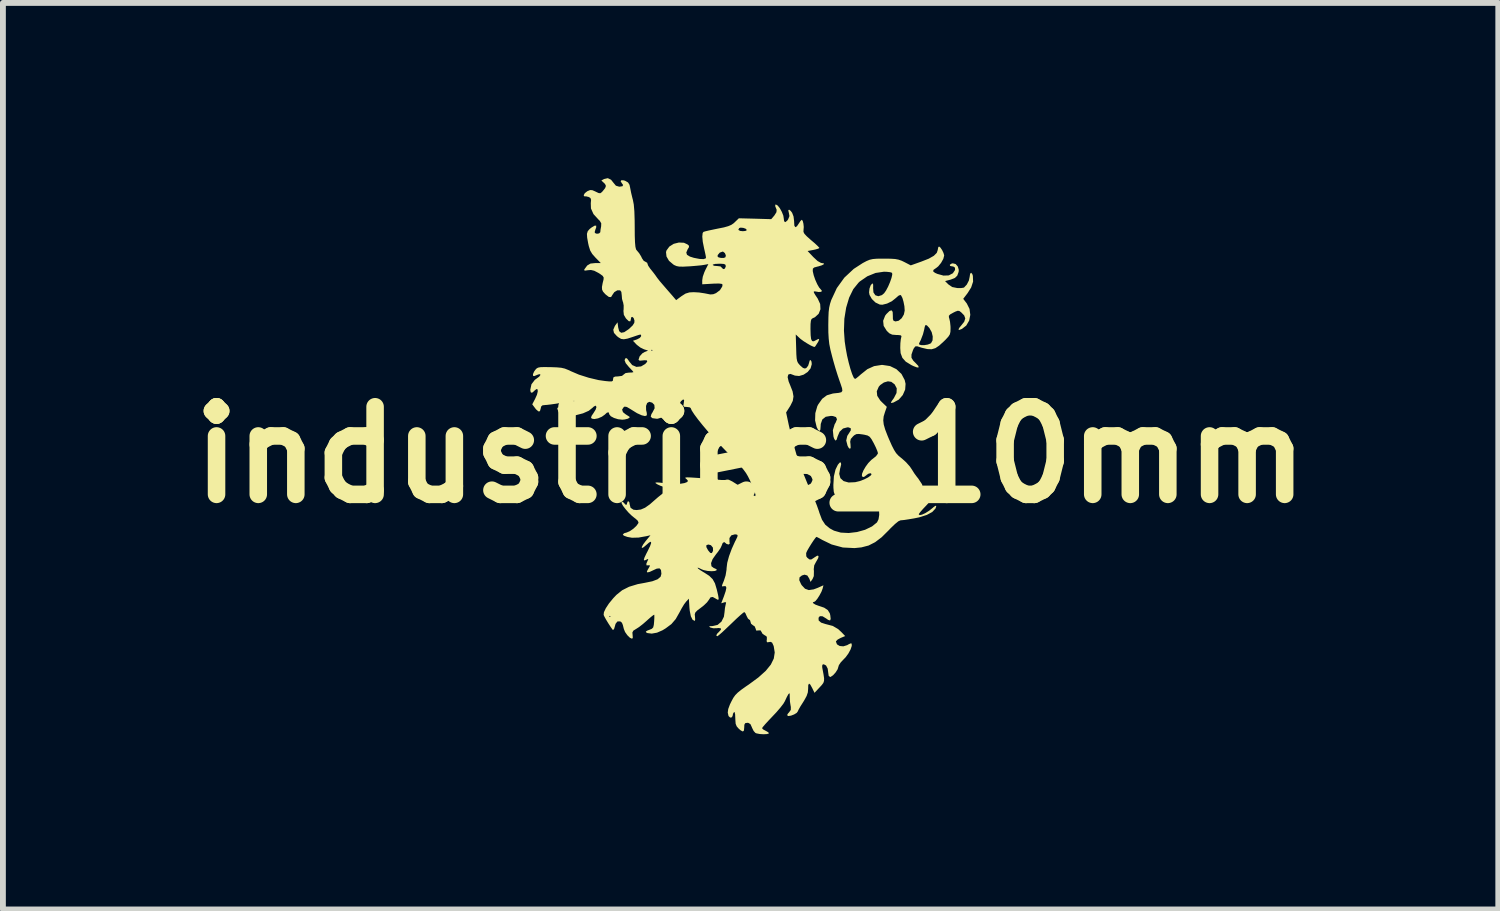
<source format=kicad_pcb>
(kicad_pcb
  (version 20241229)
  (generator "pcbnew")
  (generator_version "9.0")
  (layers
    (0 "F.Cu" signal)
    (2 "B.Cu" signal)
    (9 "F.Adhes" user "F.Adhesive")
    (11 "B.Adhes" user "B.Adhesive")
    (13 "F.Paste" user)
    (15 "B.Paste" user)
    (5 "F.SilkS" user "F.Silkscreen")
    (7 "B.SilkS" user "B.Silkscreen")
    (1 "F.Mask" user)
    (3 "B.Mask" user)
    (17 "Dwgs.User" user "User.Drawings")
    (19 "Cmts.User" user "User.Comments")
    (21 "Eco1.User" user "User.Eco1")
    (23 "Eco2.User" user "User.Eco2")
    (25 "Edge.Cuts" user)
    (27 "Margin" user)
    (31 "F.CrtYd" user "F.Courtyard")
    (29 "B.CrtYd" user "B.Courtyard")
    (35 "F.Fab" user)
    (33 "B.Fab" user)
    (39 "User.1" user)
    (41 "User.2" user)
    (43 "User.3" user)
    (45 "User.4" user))
  (footprint "industries_10mm"
    (layer "F.Cu")
    (at 9.8 4.735)
    (property "Reference" "industries_10mm" (at 0 0 0) (layer "F.SilkS") (effects (font (size 1.5 1.5) (thickness 0.3))))
    (attr board_only exclude_from_pos_files exclude_from_bom)
    (fp_poly (pts (xy -2.389 -4.708) (xy -2.347 -4.655) (xy -2.306 -4.606) (xy -2.253 -4.59) (xy -2.244 -4.589) (xy -2.193 -4.597) (xy -2.183 -4.619) (xy -2.205 -4.649) (xy -2.225 -4.683) (xy -2.211 -4.7) (xy -2.169 -4.697) (xy -2.144 -4.688) (xy -2.098 -4.661) (xy -2.073 -4.621) (xy -2.061 -4.564) (xy -2.045 -4.483) (xy -2.023 -4.392) (xy -2.015 -4.362) (xy -2 -4.284) (xy -1.99 -4.168) (xy -1.985 -4.013) (xy -1.984 -3.897) (xy -1.983 -3.747) (xy -1.979 -3.636) (xy -1.972 -3.561) (xy -1.962 -3.519) (xy -1.957 -3.509) (xy -1.907 -3.449) (xy -1.874 -3.395) (xy -1.859 -3.363) (xy -1.83 -3.32) (xy -1.799 -3.303) (xy -1.77 -3.286) (xy -1.766 -3.271) (xy -1.753 -3.236) (xy -1.719 -3.186) (xy -1.704 -3.168) (xy -1.661 -3.114) (xy -1.628 -3.07) (xy -1.622 -3.061) (xy -1.598 -3.027) (xy -1.555 -2.972) (xy -1.501 -2.909) (xy -1.5 -2.908) (xy -1.438 -2.836) (xy -1.377 -2.766) (xy -1.336 -2.719) (xy -1.275 -2.647) (xy -1.183 -2.715) (xy -1.114 -2.759) (xy -1.048 -2.779) (xy -0.976 -2.783) (xy -0.884 -2.778) (xy -0.791 -2.764) (xy -0.76 -2.758) (xy -0.69 -2.744) (xy -0.639 -2.748) (xy -0.592 -2.767) (xy -0.525 -2.817) (xy -0.486 -2.879) (xy -0.48 -2.912) (xy -0.494 -2.925) (xy -0.539 -2.931) (xy -0.622 -2.93) (xy -0.654 -2.928) (xy -0.828 -2.918) (xy -0.828 -2.987) (xy -0.819 -3.047) (xy -0.793 -3.122) (xy -0.776 -3.16) (xy -0.731 -3.249) (xy -0.649 -3.249) (xy -0.626 -3.235) (xy -0.577 -3.231) (xy -0.574 -3.231) (xy -0.515 -3.224) (xy -0.493 -3.202) (xy -0.469 -3.178) (xy -0.441 -3.186) (xy -0.426 -3.221) (xy -0.425 -3.229) (xy -0.431 -3.253) (xy -0.456 -3.266) (xy -0.51 -3.27) (xy -0.54 -3.27) (xy -0.605 -3.267) (xy -0.643 -3.257) (xy -0.649 -3.249) (xy -0.731 -3.249) (xy -0.723 -3.264) (xy -0.792 -3.251) (xy -0.845 -3.243) (xy -0.928 -3.235) (xy -1.023 -3.227) (xy -1.057 -3.225) (xy -1.155 -3.22) (xy -1.222 -3.221) (xy -1.268 -3.23) (xy -1.307 -3.247) (xy -1.323 -3.257) (xy -1.397 -3.32) (xy -1.44 -3.394) (xy -1.448 -3.469) (xy -1.44 -3.497) (xy -1.391 -3.564) (xy -1.316 -3.611) (xy -1.228 -3.633) (xy -1.141 -3.629) (xy -1.081 -3.601) (xy -1.055 -3.578) (xy -1.055 -3.554) (xy -1.079 -3.514) (xy -1.101 -3.462) (xy -1.089 -3.423) (xy -1.038 -3.392) (xy -0.971 -3.371) (xy -0.874 -3.352) (xy -0.805 -3.349) (xy -0.768 -3.362) (xy -0.764 -3.374) (xy -0.767 -3.397) (xy -0.567 -3.397) (xy -0.549 -3.379) (xy -0.506 -3.369) (xy -0.46 -3.369) (xy -0.431 -3.381) (xy -0.424 -3.413) (xy -0.44 -3.452) (xy -0.47 -3.476) (xy -0.478 -3.478) (xy -0.528 -3.46) (xy -0.562 -3.42) (xy -0.567 -3.397) (xy -0.767 -3.397) (xy -0.769 -3.409) (xy -0.782 -3.471) (xy -0.796 -3.532) (xy -0.819 -3.646) (xy -0.827 -3.735) (xy -0.821 -3.795) (xy -0.807 -3.815) (xy -0.778 -3.824) (xy -0.716 -3.839) (xy -0.64 -3.855) (xy -0.209 -3.855) (xy -0.206 -3.847) (xy -0.179 -3.832) (xy -0.134 -3.827) (xy -0.09 -3.831) (xy -0.066 -3.844) (xy -0.065 -3.848) (xy -0.084 -3.869) (xy -0.126 -3.884) (xy -0.172 -3.888) (xy -0.195 -3.881) (xy -0.209 -3.855) (xy -0.64 -3.855) (xy -0.631 -3.857) (xy -0.563 -3.871) (xy -0.457 -3.892) (xy -0.383 -3.913) (xy -0.331 -3.935) (xy -0.29 -3.963) (xy -0.271 -3.981) (xy -0.201 -4.048) (xy 0.076 -4.041) (xy 0.353 -4.033) (xy 0.407 -4.096) (xy 0.442 -4.152) (xy 0.446 -4.194) (xy 0.427 -4.241) (xy 0.421 -4.257) (xy 0.424 -4.281) (xy 0.433 -4.284) (xy 0.464 -4.266) (xy 0.501 -4.219) (xy 0.535 -4.157) (xy 0.56 -4.094) (xy 0.567 -4.05) (xy 0.574 -3.996) (xy 0.596 -3.982) (xy 0.629 -4.01) (xy 0.643 -4.031) (xy 0.665 -4.086) (xy 0.655 -4.14) (xy 0.645 -4.184) (xy 0.658 -4.196) (xy 0.687 -4.174) (xy 0.711 -4.142) (xy 0.735 -4.079) (xy 0.745 -3.998) (xy 0.745 -3.989) (xy 0.749 -3.922) (xy 0.766 -3.895) (xy 0.793 -3.911) (xy 0.824 -3.957) (xy 0.853 -4.001) (xy 0.874 -4.022) (xy 0.876 -4.022) (xy 0.892 -4.004) (xy 0.904 -3.957) (xy 0.91 -3.9) (xy 0.906 -3.848) (xy 0.906 -3.846) (xy 0.905 -3.815) (xy 0.921 -3.783) (xy 0.96 -3.741) (xy 1.027 -3.681) (xy 1.035 -3.674) (xy 1.1 -3.619) (xy 1.149 -3.573) (xy 1.175 -3.545) (xy 1.177 -3.54) (xy 1.158 -3.528) (xy 1.109 -3.514) (xy 1.077 -3.507) (xy 0.976 -3.488) (xy 1.073 -3.385) (xy 1.147 -3.316) (xy 1.205 -3.284) (xy 1.221 -3.281) (xy 1.255 -3.276) (xy 1.253 -3.261) (xy 1.22 -3.243) (xy 1.162 -3.225) (xy 1.144 -3.221) (xy 1.089 -3.206) (xy 1.066 -3.186) (xy 1.064 -3.149) (xy 1.065 -3.139) (xy 1.08 -3.073) (xy 1.107 -2.995) (xy 1.141 -2.919) (xy 1.174 -2.862) (xy 1.191 -2.843) (xy 1.22 -2.808) (xy 1.21 -2.789) (xy 1.163 -2.786) (xy 1.142 -2.79) (xy 1.1 -2.797) (xy 1.081 -2.794) (xy 1.084 -2.775) (xy 1.11 -2.731) (xy 1.149 -2.673) (xy 1.191 -2.581) (xy 1.196 -2.491) (xy 1.165 -2.413) (xy 1.101 -2.354) (xy 1.063 -2.337) (xy 1.043 -2.323) (xy 1.032 -2.293) (xy 1.026 -2.237) (xy 1.025 -2.154) (xy 1.028 -2.047) (xy 1.036 -1.98) (xy 1.053 -1.946) (xy 1.081 -1.942) (xy 1.12 -1.962) (xy 1.162 -1.983) (xy 1.174 -1.973) (xy 1.157 -1.933) (xy 1.112 -1.863) (xy 1.099 -1.846) (xy 1.077 -1.849) (xy 1.03 -1.87) (xy 0.971 -1.904) (xy 0.909 -1.943) (xy 0.857 -1.981) (xy 0.839 -1.997) (xy 0.773 -2.059) (xy 0.78 -1.825) (xy 0.783 -1.721) (xy 0.788 -1.651) (xy 0.797 -1.604) (xy 0.812 -1.571) (xy 0.836 -1.542) (xy 0.851 -1.526) (xy 0.897 -1.486) (xy 0.93 -1.476) (xy 0.954 -1.485) (xy 0.985 -1.524) (xy 0.999 -1.567) (xy 1.012 -1.614) (xy 1.029 -1.621) (xy 1.043 -1.592) (xy 1.047 -1.55) (xy 1.027 -1.479) (xy 0.977 -1.417) (xy 0.908 -1.371) (xy 0.831 -1.348) (xy 0.758 -1.355) (xy 0.744 -1.361) (xy 0.681 -1.384) (xy 0.645 -1.373) (xy 0.634 -1.329) (xy 0.651 -1.255) (xy 0.677 -1.191) (xy 0.719 -1.084) (xy 0.734 -0.998) (xy 0.722 -0.922) (xy 0.683 -0.843) (xy 0.676 -0.831) (xy 0.608 -0.724) (xy 0.654 -0.507) (xy 0.717 -0.241) (xy 0.787 0.004) (xy 0.871 0.243) (xy 0.973 0.493) (xy 1.044 0.649) (xy 1.09 0.755) (xy 1.135 0.869) (xy 1.171 0.971) (xy 1.178 0.995) (xy 1.222 1.112) (xy 1.278 1.197) (xy 1.356 1.261) (xy 1.428 1.3) (xy 1.544 1.333) (xy 1.68 1.34) (xy 1.822 1.323) (xy 1.959 1.285) (xy 2.079 1.227) (xy 2.164 1.158) (xy 2.19 1.105) (xy 2.202 1.03) (xy 2.199 0.953) (xy 2.18 0.891) (xy 2.168 0.874) (xy 2.125 0.837) (xy 2.079 0.812) (xy 2.019 0.796) (xy 1.937 0.788) (xy 1.824 0.785) (xy 1.781 0.785) (xy 1.671 0.785) (xy 1.596 0.782) (xy 1.547 0.777) (xy 1.515 0.766) (xy 1.491 0.747) (xy 1.47 0.724) (xy 1.44 0.682) (xy 1.424 0.635) (xy 1.418 0.567) (xy 1.417 0.516) (xy 1.426 0.368) (xy 1.454 0.252) (xy 1.494 0.171) (xy 1.526 0.133) (xy 1.546 0.133) (xy 1.55 0.166) (xy 1.535 0.229) (xy 1.533 0.233) (xy 1.517 0.327) (xy 1.537 0.401) (xy 1.592 0.451) (xy 1.677 0.475) (xy 1.79 0.47) (xy 1.794 0.469) (xy 1.869 0.451) (xy 1.945 0.422) (xy 2.012 0.388) (xy 2.057 0.355) (xy 2.071 0.332) (xy 2.056 0.317) (xy 2.023 0.322) (xy 1.988 0.344) (xy 1.984 0.349) (xy 1.946 0.377) (xy 1.925 0.382) (xy 1.905 0.366) (xy 1.908 0.326) (xy 1.931 0.27) (xy 1.968 0.206) (xy 2.014 0.143) (xy 2.066 0.089) (xy 2.097 0.065) (xy 2.147 0.025) (xy 2.176 -0.015) (xy 2.18 -0.028) (xy 2.169 -0.065) (xy 2.143 -0.127) (xy 2.109 -0.196) (xy 2.07 -0.266) (xy 2.039 -0.307) (xy 2.003 -0.329) (xy 1.951 -0.342) (xy 1.923 -0.347) (xy 1.854 -0.356) (xy 1.81 -0.353) (xy 1.775 -0.334) (xy 1.753 -0.314) (xy 1.715 -0.27) (xy 1.705 -0.223) (xy 1.71 -0.18) (xy 1.713 -0.121) (xy 1.702 -0.1) (xy 1.679 -0.119) (xy 1.66 -0.154) (xy 1.637 -0.243) (xy 1.655 -0.323) (xy 1.679 -0.36) (xy 1.715 -0.417) (xy 1.715 -0.453) (xy 1.678 -0.468) (xy 1.657 -0.469) (xy 1.582 -0.449) (xy 1.524 -0.394) (xy 1.49 -0.315) (xy 1.472 -0.257) (xy 1.453 -0.242) (xy 1.432 -0.271) (xy 1.419 -0.309) (xy 1.408 -0.419) (xy 1.439 -0.522) (xy 1.456 -0.55) (xy 1.479 -0.607) (xy 1.462 -0.645) (xy 1.408 -0.663) (xy 1.374 -0.665) (xy 1.286 -0.65) (xy 1.228 -0.604) (xy 1.201 -0.527) (xy 1.199 -0.491) (xy 1.194 -0.428) (xy 1.178 -0.407) (xy 1.154 -0.428) (xy 1.131 -0.474) (xy 1.104 -0.588) (xy 1.108 -0.712) (xy 1.142 -0.831) (xy 1.157 -0.86) (xy 1.226 -0.958) (xy 1.306 -1.018) (xy 1.408 -1.048) (xy 1.431 -1.051) (xy 1.507 -1.059) (xy 1.553 -1.07) (xy 1.571 -1.093) (xy 1.566 -1.137) (xy 1.542 -1.21) (xy 1.525 -1.258) (xy 1.491 -1.358) (xy 1.452 -1.482) (xy 1.415 -1.611) (xy 1.395 -1.686) (xy 1.366 -1.8) (xy 1.347 -1.896) (xy 1.337 -1.988) (xy 1.331 -2.093) (xy 1.33 -2.22) (xy 1.332 -2.348) (xy 1.336 -2.443) (xy 1.345 -2.518) (xy 1.36 -2.584) (xy 1.381 -2.649) (xy 1.476 -2.853) (xy 1.605 -3.032) (xy 1.766 -3.182) (xy 1.919 -3.281) (xy 1.985 -3.316) (xy 2.038 -3.338) (xy 2.091 -3.35) (xy 2.157 -3.356) (xy 2.25 -3.357) (xy 2.289 -3.357) (xy 2.397 -3.356) (xy 2.474 -3.351) (xy 2.532 -3.34) (xy 2.584 -3.322) (xy 2.63 -3.3) (xy 2.742 -3.242) (xy 2.924 -3.307) (xy 3.051 -3.357) (xy 3.137 -3.406) (xy 3.187 -3.456) (xy 3.205 -3.509) (xy 3.205 -3.514) (xy 3.213 -3.553) (xy 3.226 -3.565) (xy 3.249 -3.547) (xy 3.278 -3.505) (xy 3.302 -3.455) (xy 3.314 -3.413) (xy 3.314 -3.411) (xy 3.299 -3.353) (xy 3.261 -3.285) (xy 3.213 -3.226) (xy 3.181 -3.2) (xy 3.132 -3.166) (xy 3.124 -3.141) (xy 3.155 -3.115) (xy 3.197 -3.096) (xy 3.302 -3.067) (xy 3.392 -3.07) (xy 3.461 -3.106) (xy 3.466 -3.112) (xy 3.5 -3.163) (xy 3.499 -3.203) (xy 3.467 -3.224) (xy 3.449 -3.225) (xy 3.414 -3.233) (xy 3.411 -3.253) (xy 3.44 -3.272) (xy 3.461 -3.277) (xy 3.51 -3.265) (xy 3.547 -3.223) (xy 3.564 -3.165) (xy 3.561 -3.13) (xy 3.538 -3.066) (xy 3.498 -3.027) (xy 3.428 -2.999) (xy 3.417 -2.996) (xy 3.329 -2.973) (xy 3.386 -2.916) (xy 3.452 -2.871) (xy 3.537 -2.854) (xy 3.601 -2.853) (xy 3.646 -2.86) (xy 3.654 -2.863) (xy 3.701 -2.913) (xy 3.737 -2.983) (xy 3.75 -3.045) (xy 3.758 -3.098) (xy 3.775 -3.116) (xy 3.795 -3.094) (xy 3.805 -3.063) (xy 3.809 -2.964) (xy 3.776 -2.864) (xy 3.715 -2.767) (xy 3.64 -2.669) (xy 3.701 -2.59) (xy 3.748 -2.496) (xy 3.761 -2.395) (xy 3.742 -2.297) (xy 3.692 -2.212) (xy 3.618 -2.154) (xy 3.571 -2.136) (xy 3.558 -2.146) (xy 3.578 -2.18) (xy 3.602 -2.208) (xy 3.657 -2.277) (xy 3.675 -2.334) (xy 3.656 -2.386) (xy 3.605 -2.438) (xy 3.574 -2.461) (xy 3.546 -2.465) (xy 3.505 -2.45) (xy 3.469 -2.432) (xy 3.416 -2.402) (xy 3.394 -2.378) (xy 3.396 -2.347) (xy 3.402 -2.331) (xy 3.414 -2.276) (xy 3.422 -2.201) (xy 3.423 -2.164) (xy 3.421 -2.105) (xy 3.411 -2.061) (xy 3.385 -2.021) (xy 3.338 -1.97) (xy 3.304 -1.937) (xy 3.228 -1.868) (xy 3.164 -1.825) (xy 3.1 -1.806) (xy 3.026 -1.809) (xy 2.929 -1.832) (xy 2.851 -1.857) (xy 2.819 -1.854) (xy 2.792 -1.818) (xy 2.78 -1.791) (xy 2.754 -1.715) (xy 2.754 -1.66) (xy 2.785 -1.61) (xy 2.828 -1.567) (xy 2.871 -1.521) (xy 2.878 -1.496) (xy 2.851 -1.494) (xy 2.792 -1.516) (xy 2.752 -1.535) (xy 2.656 -1.594) (xy 2.598 -1.659) (xy 2.568 -1.74) (xy 2.562 -1.828) (xy 2.564 -1.904) (xy 2.883 -1.904) (xy 2.889 -1.885) (xy 2.925 -1.876) (xy 2.977 -1.877) (xy 3.033 -1.886) (xy 3.079 -1.904) (xy 3.09 -1.912) (xy 3.115 -1.958) (xy 3.118 -2.025) (xy 3.1 -2.099) (xy 3.063 -2.165) (xy 3.061 -2.169) (xy 3.019 -2.214) (xy 2.995 -2.222) (xy 2.981 -2.19) (xy 2.972 -2.144) (xy 2.951 -2.062) (xy 2.914 -1.966) (xy 2.883 -1.904) (xy 2.564 -1.904) (xy 2.564 -1.907) (xy 2.571 -1.974) (xy 2.578 -2.006) (xy 2.583 -2.032) (xy 2.568 -2.045) (xy 2.521 -2.05) (xy 2.494 -2.05) (xy 2.424 -2.056) (xy 2.375 -2.079) (xy 2.331 -2.121) (xy 2.278 -2.206) (xy 2.269 -2.293) (xy 2.303 -2.38) (xy 2.324 -2.408) (xy 2.377 -2.46) (xy 2.412 -2.473) (xy 2.432 -2.446) (xy 2.435 -2.382) (xy 2.436 -2.323) (xy 2.447 -2.294) (xy 2.477 -2.283) (xy 2.48 -2.282) (xy 2.535 -2.294) (xy 2.587 -2.338) (xy 2.624 -2.401) (xy 2.638 -2.468) (xy 2.633 -2.542) (xy 2.618 -2.618) (xy 2.599 -2.684) (xy 2.577 -2.726) (xy 2.563 -2.736) (xy 2.531 -2.722) (xy 2.49 -2.686) (xy 2.488 -2.684) (xy 2.418 -2.628) (xy 2.336 -2.588) (xy 2.256 -2.568) (xy 2.212 -2.571) (xy 2.138 -2.606) (xy 2.076 -2.666) (xy 2.036 -2.736) (xy 2.028 -2.78) (xy 2.035 -2.844) (xy 2.055 -2.899) (xy 2.08 -2.93) (xy 2.089 -2.932) (xy 2.098 -2.913) (xy 2.098 -2.867) (xy 2.097 -2.856) (xy 2.103 -2.779) (xy 2.136 -2.73) (xy 2.187 -2.714) (xy 2.248 -2.733) (xy 2.286 -2.765) (xy 2.319 -2.812) (xy 2.355 -2.88) (xy 2.387 -2.955) (xy 2.412 -3.027) (xy 2.425 -3.084) (xy 2.422 -3.114) (xy 2.39 -3.125) (xy 2.33 -3.132) (xy 2.28 -3.133) (xy 2.139 -3.112) (xy 1.998 -3.055) (xy 1.869 -2.966) (xy 1.847 -2.945) (xy 1.758 -2.835) (xy 1.687 -2.69) (xy 1.636 -2.519) (xy 1.605 -2.328) (xy 1.598 -2.124) (xy 1.611 -1.94) (xy 1.629 -1.819) (xy 1.652 -1.694) (xy 1.68 -1.575) (xy 1.709 -1.469) (xy 1.738 -1.382) (xy 1.764 -1.322) (xy 1.786 -1.298) (xy 1.788 -1.297) (xy 1.811 -1.311) (xy 1.854 -1.346) (xy 1.885 -1.374) (xy 1.999 -1.465) (xy 2.114 -1.517) (xy 2.24 -1.537) (xy 2.261 -1.537) (xy 2.387 -1.518) (xy 2.496 -1.465) (xy 2.583 -1.383) (xy 2.638 -1.279) (xy 2.653 -1.214) (xy 2.646 -1.116) (xy 2.605 -1.022) (xy 2.537 -0.944) (xy 2.45 -0.896) (xy 2.447 -0.895) (xy 2.412 -0.886) (xy 2.402 -0.893) (xy 2.418 -0.922) (xy 2.453 -0.97) (xy 2.498 -1.057) (xy 2.502 -1.137) (xy 2.466 -1.205) (xy 2.409 -1.248) (xy 2.351 -1.257) (xy 2.282 -1.237) (xy 2.219 -1.193) (xy 2.194 -1.164) (xy 2.16 -1.086) (xy 2.168 -1.009) (xy 2.218 -0.931) (xy 2.245 -0.903) (xy 2.332 -0.82) (xy 2.3 -0.729) (xy 2.278 -0.657) (xy 2.271 -0.589) (xy 2.279 -0.518) (xy 2.304 -0.431) (xy 2.347 -0.32) (xy 2.371 -0.263) (xy 2.418 -0.157) (xy 2.456 -0.083) (xy 2.49 -0.029) (xy 2.529 0.014) (xy 2.578 0.055) (xy 2.59 0.064) (xy 2.661 0.128) (xy 2.726 0.201) (xy 2.76 0.251) (xy 2.804 0.321) (xy 2.85 0.383) (xy 2.867 0.403) (xy 2.935 0.506) (xy 2.965 0.627) (xy 2.967 0.65) (xy 2.973 0.713) (xy 2.984 0.759) (xy 2.997 0.783) (xy 3.017 0.782) (xy 3.056 0.754) (xy 3.06 0.751) (xy 3.108 0.717) (xy 3.128 0.712) (xy 3.122 0.733) (xy 3.089 0.777) (xy 3.032 0.842) (xy 3.011 0.865) (xy 2.951 0.928) (xy 2.905 0.981) (xy 2.881 1.013) (xy 2.878 1.019) (xy 2.894 1.034) (xy 2.935 1.025) (xy 2.992 0.999) (xy 3.057 0.958) (xy 3.12 0.908) (xy 3.123 0.904) (xy 3.163 0.874) (xy 3.179 0.877) (xy 3.168 0.913) (xy 3.164 0.922) (xy 3.11 0.98) (xy 3.017 1.03) (xy 2.889 1.071) (xy 2.797 1.09) (xy 2.707 1.105) (xy 2.629 1.117) (xy 2.576 1.122) (xy 2.566 1.123) (xy 2.53 1.139) (xy 2.472 1.186) (xy 2.397 1.258) (xy 2.365 1.292) (xy 2.244 1.412) (xy 2.132 1.497) (xy 2.02 1.554) (xy 1.897 1.586) (xy 1.779 1.598) (xy 1.579 1.588) (xy 1.387 1.536) (xy 1.228 1.459) (xy 1.173 1.428) (xy 1.136 1.409) (xy 1.127 1.406) (xy 1.11 1.423) (xy 1.078 1.467) (xy 1.039 1.526) (xy 1 1.589) (xy 0.968 1.645) (xy 0.951 1.683) (xy 0.953 1.739) (xy 0.971 1.764) (xy 1.006 1.792) (xy 1.039 1.793) (xy 1.083 1.765) (xy 1.097 1.755) (xy 1.142 1.727) (xy 1.163 1.733) (xy 1.158 1.768) (xy 1.125 1.827) (xy 1.124 1.827) (xy 1.089 1.894) (xy 1.081 1.96) (xy 1.084 1.991) (xy 1.082 2.078) (xy 1.061 2.127) (xy 1.026 2.177) (xy 1.005 2.121) (xy 0.971 2.067) (xy 0.923 2.053) (xy 0.878 2.067) (xy 0.838 2.099) (xy 0.833 2.147) (xy 0.864 2.216) (xy 0.878 2.237) (xy 0.932 2.294) (xy 0.996 2.317) (xy 1.079 2.305) (xy 1.146 2.28) (xy 1.247 2.235) (xy 1.233 2.291) (xy 1.213 2.345) (xy 1.18 2.407) (xy 1.143 2.465) (xy 1.109 2.506) (xy 1.09 2.518) (xy 1.065 2.526) (xy 1.073 2.543) (xy 1.108 2.565) (xy 1.161 2.585) (xy 1.259 2.618) (xy 1.321 2.659) (xy 1.356 2.715) (xy 1.364 2.748) (xy 1.371 2.812) (xy 1.36 2.837) (xy 1.327 2.827) (xy 1.295 2.804) (xy 1.231 2.765) (xy 1.185 2.764) (xy 1.163 2.791) (xy 1.165 2.837) (xy 1.207 2.874) (xy 1.284 2.899) (xy 1.293 2.901) (xy 1.407 2.931) (xy 1.499 2.985) (xy 1.556 3.038) (xy 1.619 3.104) (xy 1.54 3.137) (xy 1.489 3.165) (xy 1.462 3.193) (xy 1.461 3.2) (xy 1.479 3.246) (xy 1.525 3.274) (xy 1.587 3.28) (xy 1.653 3.26) (xy 1.673 3.248) (xy 1.71 3.23) (xy 1.73 3.232) (xy 1.732 3.272) (xy 1.712 3.332) (xy 1.675 3.401) (xy 1.627 3.467) (xy 1.593 3.502) (xy 1.543 3.555) (xy 1.511 3.603) (xy 1.504 3.626) (xy 1.49 3.672) (xy 1.456 3.726) (xy 1.413 3.774) (xy 1.372 3.802) (xy 1.361 3.805) (xy 1.337 3.785) (xy 1.33 3.738) (xy 1.32 3.662) (xy 1.292 3.608) (xy 1.252 3.587) (xy 1.25 3.587) (xy 1.228 3.596) (xy 1.225 3.631) (xy 1.229 3.657) (xy 1.248 3.758) (xy 1.258 3.826) (xy 1.257 3.872) (xy 1.245 3.907) (xy 1.219 3.942) (xy 1.182 3.982) (xy 1.094 4.076) (xy 1.055 3.995) (xy 1.022 3.935) (xy 1 3.918) (xy 0.987 3.943) (xy 0.985 4.007) (xy 0.98 4.068) (xy 0.959 4.13) (xy 0.918 4.205) (xy 0.897 4.239) (xy 0.853 4.308) (xy 0.822 4.363) (xy 0.807 4.394) (xy 0.807 4.396) (xy 0.788 4.42) (xy 0.745 4.446) (xy 0.693 4.466) (xy 0.65 4.473) (xy 0.641 4.472) (xy 0.625 4.457) (xy 0.64 4.43) (xy 0.656 4.413) (xy 0.688 4.369) (xy 0.689 4.318) (xy 0.685 4.298) (xy 0.674 4.228) (xy 0.67 4.15) (xy 0.67 4.146) (xy 0.669 4.095) (xy 0.663 4.082) (xy 0.646 4.101) (xy 0.645 4.102) (xy 0.619 4.15) (xy 0.59 4.212) (xy 0.588 4.217) (xy 0.561 4.263) (xy 0.51 4.329) (xy 0.443 4.407) (xy 0.377 4.477) (xy 0.307 4.551) (xy 0.249 4.614) (xy 0.21 4.66) (xy 0.196 4.681) (xy 0.214 4.702) (xy 0.258 4.726) (xy 0.262 4.728) (xy 0.302 4.751) (xy 0.314 4.769) (xy 0.313 4.771) (xy 0.28 4.782) (xy 0.221 4.785) (xy 0.156 4.781) (xy 0.101 4.77) (xy 0.083 4.763) (xy 0.052 4.729) (xy 0.024 4.673) (xy 0.022 4.666) (xy -0.003 4.612) (xy -0.037 4.591) (xy -0.056 4.589) (xy -0.092 4.595) (xy -0.107 4.622) (xy -0.109 4.666) (xy -0.114 4.721) (xy -0.132 4.738) (xy -0.168 4.72) (xy -0.204 4.689) (xy -0.238 4.65) (xy -0.256 4.605) (xy -0.261 4.539) (xy -0.262 4.513) (xy -0.265 4.442) (xy -0.275 4.406) (xy -0.283 4.404) (xy -0.302 4.435) (xy -0.305 4.46) (xy -0.319 4.494) (xy -0.349 4.5) (xy -0.377 4.474) (xy -0.379 4.468) (xy -0.391 4.414) (xy -0.383 4.353) (xy -0.354 4.275) (xy -0.327 4.22) (xy -0.296 4.162) (xy -0.263 4.116) (xy -0.22 4.072) (xy -0.159 4.023) (xy -0.072 3.961) (xy -0.033 3.935) (xy 0.133 3.813) (xy 0.259 3.7) (xy 0.346 3.593) (xy 0.397 3.489) (xy 0.413 3.385) (xy 0.396 3.279) (xy 0.39 3.263) (xy 0.368 3.216) (xy 0.34 3.203) (xy 0.317 3.207) (xy 0.282 3.211) (xy 0.274 3.189) (xy 0.278 3.162) (xy 0.278 3.116) (xy 0.251 3.095) (xy 0.245 3.093) (xy 0.203 3.064) (xy 0.189 3.037) (xy 0.169 3.006) (xy 0.132 3.008) (xy 0.097 3.011) (xy 0.087 2.982) (xy 0.087 2.979) (xy 0.069 2.937) (xy 0.044 2.922) (xy 0.008 2.893) (xy 0 2.866) (xy -0.01 2.831) (xy -0.023 2.823) (xy -0.045 2.805) (xy -0.068 2.761) (xy -0.069 2.758) (xy -0.089 2.713) (xy -0.108 2.693) (xy -0.108 2.693) (xy -0.129 2.707) (xy -0.175 2.746) (xy -0.24 2.805) (xy -0.316 2.878) (xy -0.339 2.9) (xy -0.418 2.975) (xy -0.486 3.039) (xy -0.538 3.084) (xy -0.567 3.106) (xy -0.57 3.107) (xy -0.588 3.095) (xy -0.574 3.065) (xy -0.545 3.036) (xy -0.508 2.995) (xy -0.51 2.971) (xy -0.551 2.966) (xy -0.575 2.969) (xy -0.638 2.971) (xy -0.688 2.958) (xy -0.69 2.957) (xy -0.71 2.942) (xy -0.697 2.935) (xy -0.65 2.933) (xy -0.565 2.913) (xy -0.499 2.857) (xy -0.457 2.773) (xy -0.446 2.693) (xy -0.439 2.624) (xy -0.427 2.565) (xy -0.427 2.565) (xy -0.419 2.529) (xy -0.437 2.523) (xy -0.456 2.529) (xy -0.503 2.543) (xy -0.458 2.427) (xy -0.427 2.336) (xy -0.415 2.279) (xy -0.424 2.252) (xy -0.453 2.249) (xy -0.458 2.25) (xy -0.483 2.255) (xy -0.491 2.247) (xy -0.482 2.216) (xy -0.457 2.156) (xy -0.428 2.065) (xy -0.412 1.967) (xy -0.411 1.941) (xy -0.4 1.85) (xy -0.369 1.736) (xy -0.322 1.609) (xy -0.265 1.483) (xy -0.253 1.461) (xy -0.226 1.403) (xy -0.223 1.374) (xy -0.247 1.364) (xy -0.27 1.363) (xy -0.33 1.38) (xy -0.362 1.426) (xy -0.362 1.482) (xy -0.358 1.525) (xy -0.38 1.537) (xy -0.417 1.524) (xy -0.425 1.515) (xy -0.453 1.494) (xy -0.479 1.513) (xy -0.493 1.55) (xy -0.515 1.598) (xy -0.557 1.66) (xy -0.592 1.704) (xy -0.65 1.786) (xy -0.677 1.856) (xy -0.67 1.909) (xy -0.629 1.94) (xy -0.622 1.942) (xy -0.585 1.959) (xy -0.579 1.975) (xy -0.61 1.99) (xy -0.668 1.994) (xy -0.738 1.989) (xy -0.804 1.975) (xy -0.837 1.962) (xy -0.889 1.937) (xy -0.909 1.934) (xy -0.898 1.949) (xy -0.86 1.977) (xy -0.797 2.016) (xy -0.796 2.016) (xy -0.708 2.073) (xy -0.65 2.13) (xy -0.61 2.202) (xy -0.58 2.303) (xy -0.577 2.315) (xy -0.556 2.405) (xy -0.547 2.459) (xy -0.551 2.482) (xy -0.567 2.481) (xy -0.594 2.465) (xy -0.648 2.435) (xy -0.686 2.441) (xy -0.715 2.485) (xy -0.715 2.485) (xy -0.746 2.527) (xy -0.8 2.579) (xy -0.852 2.62) (xy -0.913 2.666) (xy -0.945 2.699) (xy -0.956 2.731) (xy -0.952 2.773) (xy -0.949 2.821) (xy -0.956 2.845) (xy -0.958 2.845) (xy -0.994 2.824) (xy -1.023 2.765) (xy -1.042 2.67) (xy -1.047 2.619) (xy -1.057 2.464) (xy -1.104 2.515) (xy -1.139 2.561) (xy -1.181 2.631) (xy -1.218 2.7) (xy -1.282 2.813) (xy -1.356 2.899) (xy -1.454 2.972) (xy -1.508 3.005) (xy -1.602 3.046) (xy -1.692 3.062) (xy -1.766 3.053) (xy -1.785 3.044) (xy -1.794 3.027) (xy -1.765 3.009) (xy -1.738 2.999) (xy -1.693 2.981) (xy -1.668 2.957) (xy -1.657 2.913) (xy -1.652 2.861) (xy -1.648 2.795) (xy -1.648 2.75) (xy -1.65 2.738) (xy -1.668 2.748) (xy -1.709 2.78) (xy -1.765 2.829) (xy -1.772 2.836) (xy -1.842 2.897) (xy -1.91 2.95) (xy -1.96 2.982) (xy -2.008 3.012) (xy -2.024 3.044) (xy -2.02 3.086) (xy -2.017 3.133) (xy -2.029 3.15) (xy -2.066 3.133) (xy -2.11 3.09) (xy -2.149 3.035) (xy -2.17 2.983) (xy -2.187 2.915) (xy -2.202 2.878) (xy -2.221 2.859) (xy -2.236 2.853) (xy -2.28 2.854) (xy -2.312 2.895) (xy -2.322 2.932) (xy -2.337 2.982) (xy -2.354 3) (xy -2.362 2.996) (xy -2.395 2.949) (xy -2.436 2.886) (xy -2.476 2.82) (xy -2.504 2.769) (xy -2.42 2.769) (xy -2.409 2.78) (xy -2.398 2.769) (xy -2.409 2.758) (xy -2.42 2.769) (xy -2.504 2.769) (xy -2.505 2.766) (xy -2.516 2.742) (xy -2.511 2.696) (xy -2.479 2.628) (xy -2.425 2.546) (xy -2.352 2.457) (xy -2.297 2.399) (xy -2.199 2.32) (xy -2.08 2.26) (xy -1.932 2.215) (xy -1.812 2.193) (xy -1.682 2.166) (xy -1.592 2.132) (xy -1.541 2.089) (xy -1.527 2.039) (xy -1.534 1.973) (xy -1.559 1.945) (xy -1.607 1.95) (xy -1.653 1.971) (xy -1.728 2.006) (xy -1.768 2.015) (xy -1.776 1.999) (xy -1.758 1.963) (xy -1.728 1.912) (xy -1.727 1.89) (xy -1.755 1.894) (xy -1.783 1.893) (xy -1.784 1.862) (xy -1.764 1.817) (xy -1.751 1.787) (xy -1.766 1.787) (xy -1.786 1.798) (xy -1.818 1.81) (xy -1.828 1.8) (xy -1.818 1.763) (xy -1.786 1.695) (xy -1.766 1.657) (xy -1.729 1.58) (xy -0.758 1.58) (xy -0.728 1.636) (xy -0.691 1.68) (xy -0.664 1.684) (xy -0.643 1.646) (xy -0.643 1.645) (xy -0.645 1.59) (xy -0.679 1.549) (xy -0.722 1.537) (xy -0.756 1.547) (xy -0.758 1.58) (xy -1.729 1.58) (xy -1.722 1.567) (xy -1.702 1.51) (xy -1.708 1.489) (xy -1.737 1.502) (xy -1.777 1.537) (xy -1.831 1.583) (xy -1.86 1.597) (xy -1.863 1.58) (xy -1.839 1.535) (xy -1.798 1.48) (xy -1.714 1.378) (xy -1.778 1.393) (xy -1.918 1.418) (xy -2.031 1.421) (xy -2.11 1.407) (xy -2.171 1.385) (xy -2.188 1.364) (xy -2.163 1.343) (xy -2.12 1.331) (xy -2.067 1.308) (xy -2.009 1.268) (xy -1.957 1.22) (xy -1.924 1.175) (xy -1.919 1.157) (xy -1.935 1.126) (xy -1.976 1.09) (xy -1.981 1.087) (xy -2.032 1.046) (xy -2.089 0.991) (xy -2.142 0.93) (xy -2.185 0.874) (xy -2.209 0.83) (xy -2.21 0.813) (xy -2.188 0.806) (xy -2.169 0.825) (xy -2.137 0.858) (xy -2.118 0.851) (xy -2.115 0.828) (xy -2.103 0.799) (xy -2.093 0.796) (xy -2.076 0.814) (xy -2.071 0.846) (xy -2.055 0.908) (xy -2.006 0.941) (xy -1.952 0.947) (xy -1.879 0.938) (xy -1.807 0.907) (xy -1.726 0.85) (xy -1.654 0.787) (xy -1.584 0.726) (xy -1.516 0.672) (xy -1.466 0.637) (xy -1.42 0.601) (xy -1.41 0.573) (xy -1.436 0.557) (xy -1.452 0.556) (xy -1.492 0.549) (xy -1.544 0.531) (xy -1.592 0.509) (xy -1.625 0.488) (xy -1.629 0.477) (xy -1.603 0.474) (xy -1.546 0.478) (xy -1.469 0.488) (xy -1.459 0.489) (xy -1.334 0.502) (xy -1.221 0.5) (xy -1.131 0.485) (xy -1.088 0.468) (xy -1.072 0.449) (xy -1.089 0.425) (xy -1.101 0.415) (xy -1.118 0.399) (xy -1.115 0.39) (xy -1.087 0.387) (xy -1.026 0.389) (xy -0.948 0.394) (xy -0.833 0.402) (xy -0.71 0.413) (xy -0.602 0.424) (xy -0.589 0.425) (xy -0.502 0.432) (xy -0.436 0.432) (xy -0.403 0.425) (xy -0.403 0.425) (xy -0.374 0.428) (xy -0.314 0.457) (xy -0.226 0.512) (xy -0.159 0.557) (xy -0.073 0.615) (xy -0.001 0.663) (xy 0.052 0.696) (xy 0.076 0.709) (xy 0.077 0.709) (xy 0.085 0.69) (xy 0.071 0.636) (xy 0.037 0.547) (xy -0.015 0.431) (xy -0.046 0.369) (xy -0.079 0.313) (xy -0.12 0.257) (xy -0.172 0.194) (xy -0.243 0.118) (xy -0.336 0.022) (xy -0.417 -0.059) (xy -0.52 -0.166) (xy -0.625 -0.279) (xy -0.726 -0.393) (xy -0.819 -0.503) (xy -0.9 -0.604) (xy -0.964 -0.69) (xy -1.007 -0.756) (xy -1.025 -0.796) (xy -1.025 -0.799) (xy -1.044 -0.812) (xy -1.09 -0.818) (xy -1.092 -0.818) (xy -1.137 -0.821) (xy -1.151 -0.84) (xy -1.144 -0.886) (xy -1.138 -0.932) (xy -1.149 -0.946) (xy -1.159 -0.944) (xy -1.192 -0.916) (xy -1.229 -0.85) (xy -1.265 -0.76) (xy -1.294 -0.709) (xy -1.33 -0.681) (xy -1.332 -0.68) (xy -1.366 -0.677) (xy -1.369 -0.698) (xy -1.341 -0.745) (xy -1.339 -0.748) (xy -1.316 -0.802) (xy -1.325 -0.842) (xy -1.362 -0.858) (xy -1.377 -0.857) (xy -1.418 -0.833) (xy -1.451 -0.771) (xy -1.454 -0.763) (xy -1.49 -0.681) (xy -1.533 -0.634) (xy -1.59 -0.617) (xy -1.615 -0.617) (xy -1.682 -0.626) (xy -1.71 -0.652) (xy -1.698 -0.696) (xy -1.679 -0.726) (xy -1.643 -0.796) (xy -1.648 -0.854) (xy -1.684 -0.891) (xy -1.734 -0.906) (xy -1.771 -0.886) (xy -1.79 -0.836) (xy -1.789 -0.765) (xy -1.777 -0.714) (xy -1.776 -0.675) (xy -1.807 -0.662) (xy -1.864 -0.675) (xy -1.945 -0.712) (xy -2.045 -0.774) (xy -2.063 -0.785) (xy -2.119 -0.818) (xy -2.156 -0.824) (xy -2.172 -0.815) (xy -2.2 -0.773) (xy -2.185 -0.729) (xy -2.142 -0.694) (xy -2.098 -0.666) (xy -2.072 -0.649) (xy -2.072 -0.649) (xy -2.073 -0.633) (xy -2.105 -0.616) (xy -2.155 -0.604) (xy -2.197 -0.6) (xy -2.269 -0.608) (xy -2.339 -0.63) (xy -2.393 -0.659) (xy -2.419 -0.691) (xy -2.42 -0.697) (xy -2.431 -0.727) (xy -2.46 -0.72) (xy -2.496 -0.687) (xy -2.546 -0.651) (xy -2.611 -0.623) (xy -2.675 -0.611) (xy -2.718 -0.618) (xy -2.732 -0.636) (xy -2.72 -0.669) (xy -2.693 -0.708) (xy -2.653 -0.772) (xy -2.639 -0.817) (xy -2.651 -0.839) (xy -2.657 -0.839) (xy -2.685 -0.824) (xy -2.705 -0.805) (xy -2.77 -0.753) (xy -2.869 -0.709) (xy -2.992 -0.677) (xy -3.043 -0.669) (xy -3.14 -0.659) (xy -3.206 -0.663) (xy -3.249 -0.683) (xy -3.282 -0.724) (xy -3.291 -0.74) (xy -3.31 -0.791) (xy -3.297 -0.813) (xy -3.254 -0.804) (xy -3.239 -0.797) (xy -3.205 -0.783) (xy -3.174 -0.788) (xy -3.131 -0.816) (xy -3.099 -0.842) (xy -3.052 -0.884) (xy -3.023 -0.914) (xy -3.019 -0.922) (xy -3.042 -0.921) (xy -3.098 -0.914) (xy -3.177 -0.901) (xy -3.23 -0.891) (xy -3.329 -0.874) (xy -3.421 -0.861) (xy -3.49 -0.853) (xy -3.51 -0.852) (xy -3.563 -0.846) (xy -3.586 -0.825) (xy -3.594 -0.789) (xy -3.607 -0.745) (xy -3.633 -0.742) (xy -3.674 -0.778) (xy -3.694 -0.804) (xy -3.738 -0.863) (xy -3.69 -0.955) (xy -3.658 -1.026) (xy -3.644 -1.082) (xy -3.646 -1.118) (xy -3.665 -1.125) (xy -3.699 -1.099) (xy -3.706 -1.09) (xy -3.743 -1.06) (xy -3.765 -1.071) (xy -3.772 -1.111) (xy -3.752 -1.206) (xy -3.694 -1.282) (xy -3.661 -1.306) (xy -3.619 -1.337) (xy -3.599 -1.365) (xy -3.604 -1.38) (xy -3.636 -1.374) (xy -3.683 -1.355) (xy -3.701 -1.347) (xy -3.724 -1.35) (xy -3.726 -1.379) (xy -3.707 -1.423) (xy -3.686 -1.453) (xy -3.665 -1.476) (xy -3.639 -1.491) (xy -3.599 -1.499) (xy -3.537 -1.501) (xy -3.442 -1.5) (xy -3.426 -1.5) (xy -3.319 -1.496) (xy -3.242 -1.489) (xy -3.181 -1.475) (xy -3.121 -1.451) (xy -3.081 -1.432) (xy -2.938 -1.371) (xy -2.771 -1.318) (xy -2.602 -1.278) (xy -2.49 -1.262) (xy -2.416 -1.255) (xy -2.376 -1.256) (xy -2.358 -1.267) (xy -2.355 -1.291) (xy -2.355 -1.294) (xy -2.348 -1.325) (xy -2.32 -1.338) (xy -2.27 -1.341) (xy -2.202 -1.35) (xy -2.172 -1.374) (xy -2.141 -1.398) (xy -2.083 -1.406) (xy -2.032 -1.408) (xy -2.007 -1.414) (xy -2.006 -1.415) (xy -2.02 -1.434) (xy -2.056 -1.473) (xy -2.082 -1.5) (xy -2.138 -1.568) (xy -2.158 -1.62) (xy -2.139 -1.655) (xy -2.138 -1.656) (xy -2.115 -1.648) (xy -2.087 -1.611) (xy -2.082 -1.602) (xy -2.027 -1.535) (xy -1.955 -1.504) (xy -1.875 -1.512) (xy -1.804 -1.554) (xy -1.77 -1.593) (xy -1.775 -1.615) (xy -1.819 -1.618) (xy -1.842 -1.615) (xy -1.899 -1.61) (xy -1.919 -1.625) (xy -1.919 -1.625) (xy -1.9 -1.684) (xy -1.852 -1.737) (xy -1.814 -1.759) (xy -1.755 -1.783) (xy -1.77 -1.788) (xy -1.701 -1.788) (xy -1.69 -1.777) (xy -1.679 -1.788) (xy -1.69 -1.799) (xy -1.701 -1.788) (xy -1.77 -1.788) (xy -1.825 -1.805) (xy -1.887 -1.835) (xy -1.948 -1.882) (xy -1.954 -1.888) (xy -2.014 -1.951) (xy -1.944 -1.975) (xy -1.897 -2) (xy -1.875 -2.027) (xy -1.875 -2.03) (xy -1.875 -2.049) (xy -1.882 -2.057) (xy -1.905 -2.054) (xy -1.953 -2.039) (xy -2.017 -2.017) (xy -2.107 -1.988) (xy -2.17 -1.977) (xy -2.217 -1.983) (xy -2.261 -2.009) (xy -2.288 -2.03) (xy -2.339 -2.086) (xy -2.351 -2.14) (xy -2.325 -2.201) (xy -2.317 -2.214) (xy -2.278 -2.267) (xy -2.267 -2.18) (xy -2.25 -2.115) (xy -2.216 -2.088) (xy -2.164 -2.098) (xy -2.092 -2.146) (xy -2.075 -2.16) (xy -2.018 -2.215) (xy -1.991 -2.259) (xy -1.988 -2.296) (xy -2.002 -2.34) (xy -2.025 -2.36) (xy -2.044 -2.353) (xy -2.049 -2.324) (xy -2.058 -2.285) (xy -2.085 -2.286) (xy -2.127 -2.326) (xy -2.137 -2.338) (xy -2.17 -2.395) (xy -2.177 -2.462) (xy -2.174 -2.488) (xy -2.173 -2.555) (xy -2.183 -2.609) (xy -2.187 -2.618) (xy -2.201 -2.667) (xy -2.206 -2.73) (xy -2.206 -2.73) (xy -2.213 -2.788) (xy -2.234 -2.815) (xy -2.283 -2.814) (xy -2.333 -2.784) (xy -2.365 -2.738) (xy -2.366 -2.736) (xy -2.389 -2.699) (xy -2.426 -2.701) (xy -2.479 -2.741) (xy -2.495 -2.757) (xy -2.527 -2.793) (xy -2.543 -2.828) (xy -2.545 -2.872) (xy -2.533 -2.938) (xy -2.518 -2.998) (xy -2.515 -3.033) (xy -2.532 -3.062) (xy -2.577 -3.095) (xy -2.606 -3.113) (xy -2.677 -3.15) (xy -2.733 -3.163) (xy -2.785 -3.159) (xy -2.835 -3.152) (xy -2.85 -3.16) (xy -2.845 -3.175) (xy -2.797 -3.24) (xy -2.741 -3.273) (xy -2.663 -3.281) (xy -2.564 -3.281) (xy -2.657 -3.376) (xy -2.711 -3.437) (xy -2.746 -3.496) (xy -2.77 -3.572) (xy -2.781 -3.621) (xy -2.798 -3.716) (xy -2.802 -3.781) (xy -2.788 -3.827) (xy -2.755 -3.865) (xy -2.723 -3.89) (xy -2.67 -3.922) (xy -2.643 -3.922) (xy -2.644 -3.888) (xy -2.655 -3.861) (xy -2.668 -3.818) (xy -2.666 -3.796) (xy -2.632 -3.783) (xy -2.594 -3.789) (xy -2.573 -3.81) (xy -2.573 -3.813) (xy -2.569 -3.855) (xy -2.559 -3.909) (xy -2.557 -3.962) (xy -2.582 -4.005) (xy -2.604 -4.026) (xy -2.69 -4.12) (xy -2.733 -4.216) (xy -2.736 -4.305) (xy -2.731 -4.363) (xy -2.741 -4.394) (xy -2.771 -4.412) (xy -2.773 -4.413) (xy -2.818 -4.424) (xy -2.84 -4.422) (xy -2.854 -4.431) (xy -2.856 -4.446) (xy -2.838 -4.478) (xy -2.796 -4.511) (xy -2.794 -4.512) (xy -2.748 -4.531) (xy -2.709 -4.529) (xy -2.656 -4.506) (xy -2.653 -4.504) (xy -2.602 -4.48) (xy -2.572 -4.477) (xy -2.547 -4.496) (xy -2.533 -4.511) (xy -2.49 -4.565) (xy -2.477 -4.602) (xy -2.492 -4.635) (xy -2.509 -4.652) (xy -2.555 -4.695) (xy -2.509 -4.72) (xy -2.445 -4.735)) (stroke (width 0) (type solid)) (fill yes) (layer "F.SilkS")))
  (gr_rect
    (start -3 -3)
    (end 22.6 12.52)
    (stroke (width 0.1) (type default))
    (fill no)
    (layer "Edge.Cuts")))
</source>
